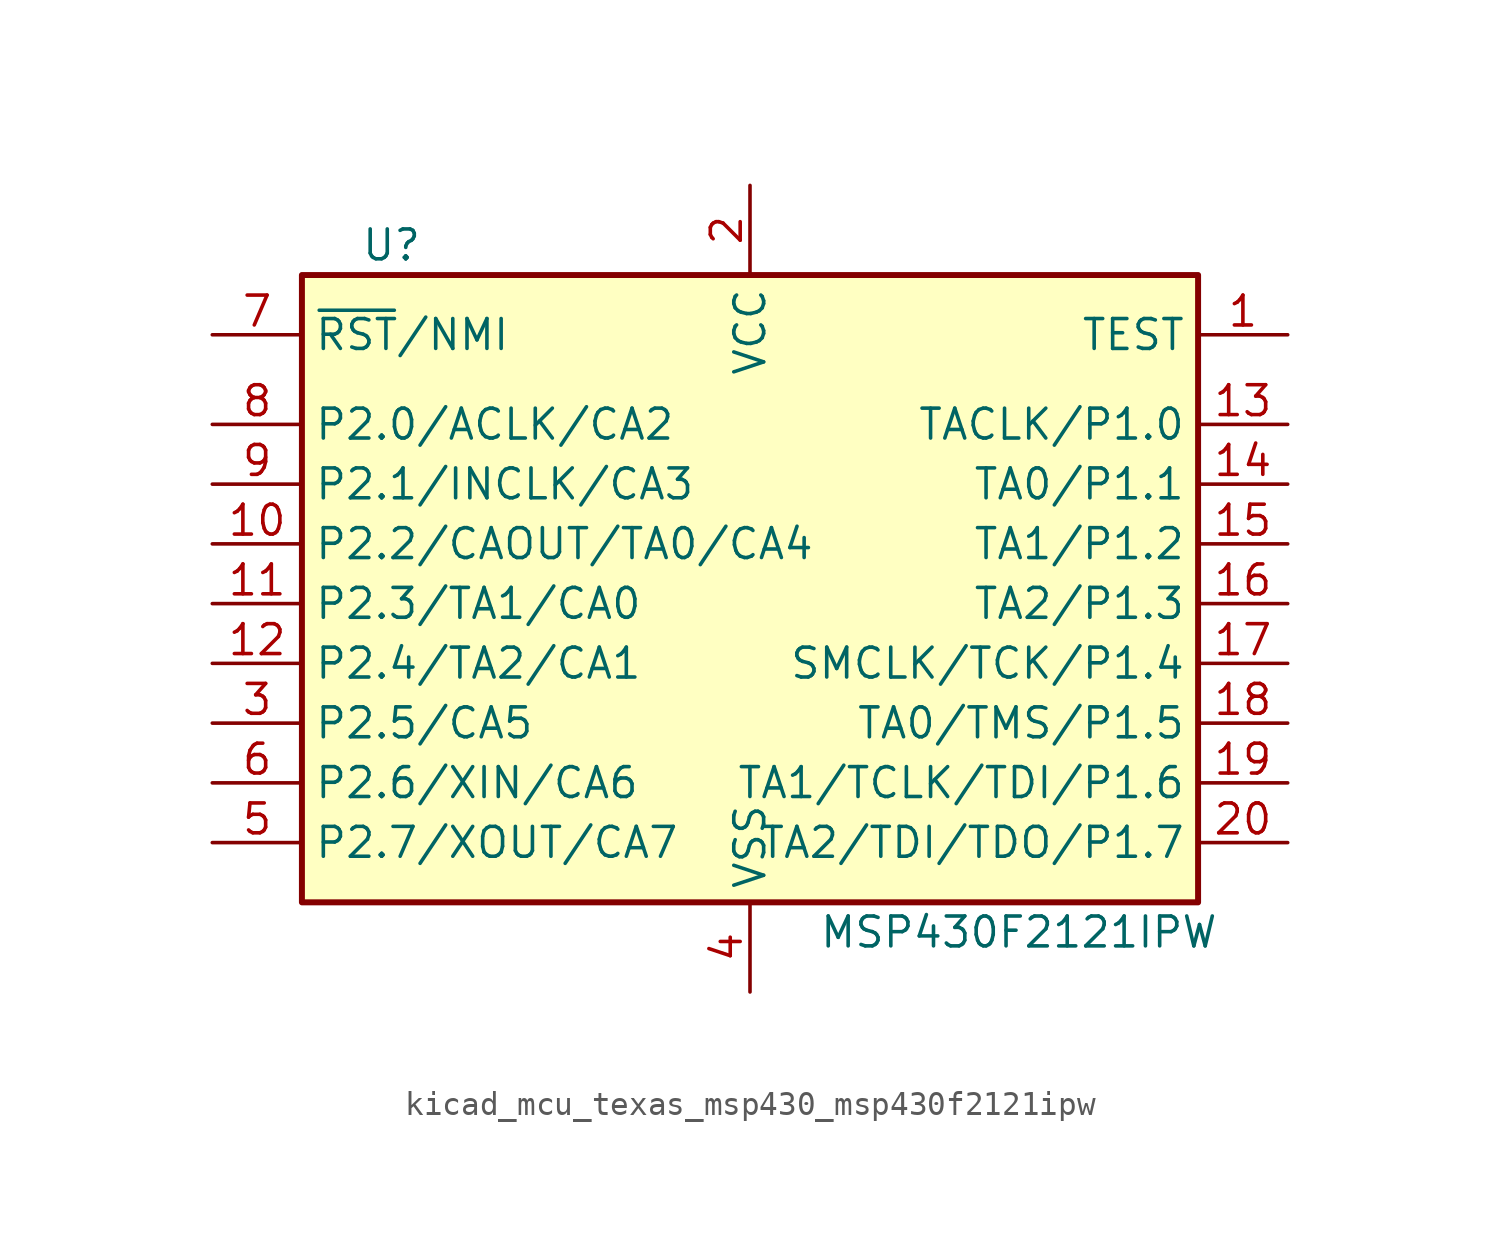
<source format=kicad_sym>
(kicad_symbol_lib
  (version 20220914)
  (generator kicad_symbol_editor)
  (symbol "kicad_mcu_texas_msp430_msp430f2121ipw"
    (property "Reference" "U"
      (at -15.24 15.24 0)
      (effects (font (size 1.27 1.27))))
    (property "Value" "MSP430F2121IPW"
      (at 11.43 -13.97 0)
      (effects (font (size 1.27 1.27))))
    (symbol "kicad_mcu_texas_msp430_msp430f2121ipw_0_1"
      (rectangle (start -19.05 13.97) (end 19.05 -12.7) (stroke (width 0.254) (type default)) (fill (type background))))
    (symbol "kicad_mcu_texas_msp430_msp430f2121ipw_1_1"
      (pin input line (at 22.86 11.43 180) (length 3.81) (name "TEST" (effects (font (size 1.27 1.27)))) (number "1" (effects (font (size 1.27 1.27)))))
      (pin bidirectional line (at -22.86 2.54 0) (length 3.81) (name "P2.2/CAOUT/TA0/CA4" (effects (font (size 1.27 1.27)))) (number "10" (effects (font (size 1.27 1.27)))))
      (pin bidirectional line (at -22.86 0 0) (length 3.81) (name "P2.3/TA1/CA0" (effects (font (size 1.27 1.27)))) (number "11" (effects (font (size 1.27 1.27)))))
      (pin bidirectional line (at -22.86 -2.54 0) (length 3.81) (name "P2.4/TA2/CA1" (effects (font (size 1.27 1.27)))) (number "12" (effects (font (size 1.27 1.27)))))
      (pin bidirectional line (at 22.86 7.62 180) (length 3.81) (name "TACLK/P1.0" (effects (font (size 1.27 1.27)))) (number "13" (effects (font (size 1.27 1.27)))))
      (pin bidirectional line (at 22.86 5.08 180) (length 3.81) (name "TA0/P1.1" (effects (font (size 1.27 1.27)))) (number "14" (effects (font (size 1.27 1.27)))))
      (pin bidirectional line (at 22.86 2.54 180) (length 3.81) (name "TA1/P1.2" (effects (font (size 1.27 1.27)))) (number "15" (effects (font (size 1.27 1.27)))))
      (pin bidirectional line (at 22.86 0 180) (length 3.81) (name "TA2/P1.3" (effects (font (size 1.27 1.27)))) (number "16" (effects (font (size 1.27 1.27)))))
      (pin bidirectional line (at 22.86 -2.54 180) (length 3.81) (name "SMCLK/TCK/P1.4" (effects (font (size 1.27 1.27)))) (number "17" (effects (font (size 1.27 1.27)))))
      (pin bidirectional line (at 22.86 -5.08 180) (length 3.81) (name "TA0/TMS/P1.5" (effects (font (size 1.27 1.27)))) (number "18" (effects (font (size 1.27 1.27)))))
      (pin bidirectional line (at 22.86 -7.62 180) (length 3.81) (name "TA1/TCLK/TDI/P1.6" (effects (font (size 1.27 1.27)))) (number "19" (effects (font (size 1.27 1.27)))))
      (pin power_in line (at 0 17.78 270) (length 3.81) (name "VCC" (effects (font (size 1.27 1.27)))) (number "2" (effects (font (size 1.27 1.27)))))
      (pin bidirectional line (at 22.86 -10.16 180) (length 3.81) (name "TA2/TDI/TDO/P1.7" (effects (font (size 1.27 1.27)))) (number "20" (effects (font (size 1.27 1.27)))))
      (pin bidirectional line (at -22.86 -5.08 0) (length 3.81) (name "P2.5/CA5" (effects (font (size 1.27 1.27)))) (number "3" (effects (font (size 1.27 1.27)))))
      (pin power_in line (at 0 -16.51 90) (length 3.81) (name "VSS" (effects (font (size 1.27 1.27)))) (number "4" (effects (font (size 1.27 1.27)))))
      (pin bidirectional line (at -22.86 -10.16 0) (length 3.81) (name "P2.7/XOUT/CA7" (effects (font (size 1.27 1.27)))) (number "5" (effects (font (size 1.27 1.27)))))
      (pin bidirectional line (at -22.86 -7.62 0) (length 3.81) (name "P2.6/XIN/CA6" (effects (font (size 1.27 1.27)))) (number "6" (effects (font (size 1.27 1.27)))))
      (pin input line (at -22.86 11.43 0) (length 3.81) (name "~{RST}/NMI" (effects (font (size 1.27 1.27)))) (number "7" (effects (font (size 1.27 1.27)))))
      (pin bidirectional line (at -22.86 7.62 0) (length 3.81) (name "P2.0/ACLK/CA2" (effects (font (size 1.27 1.27)))) (number "8" (effects (font (size 1.27 1.27)))))
      (pin bidirectional line (at -22.86 5.08 0) (length 3.81) (name "P2.1/INCLK/CA3" (effects (font (size 1.27 1.27)))) (number "9" (effects (font (size 1.27 1.27))))))))
</source>
